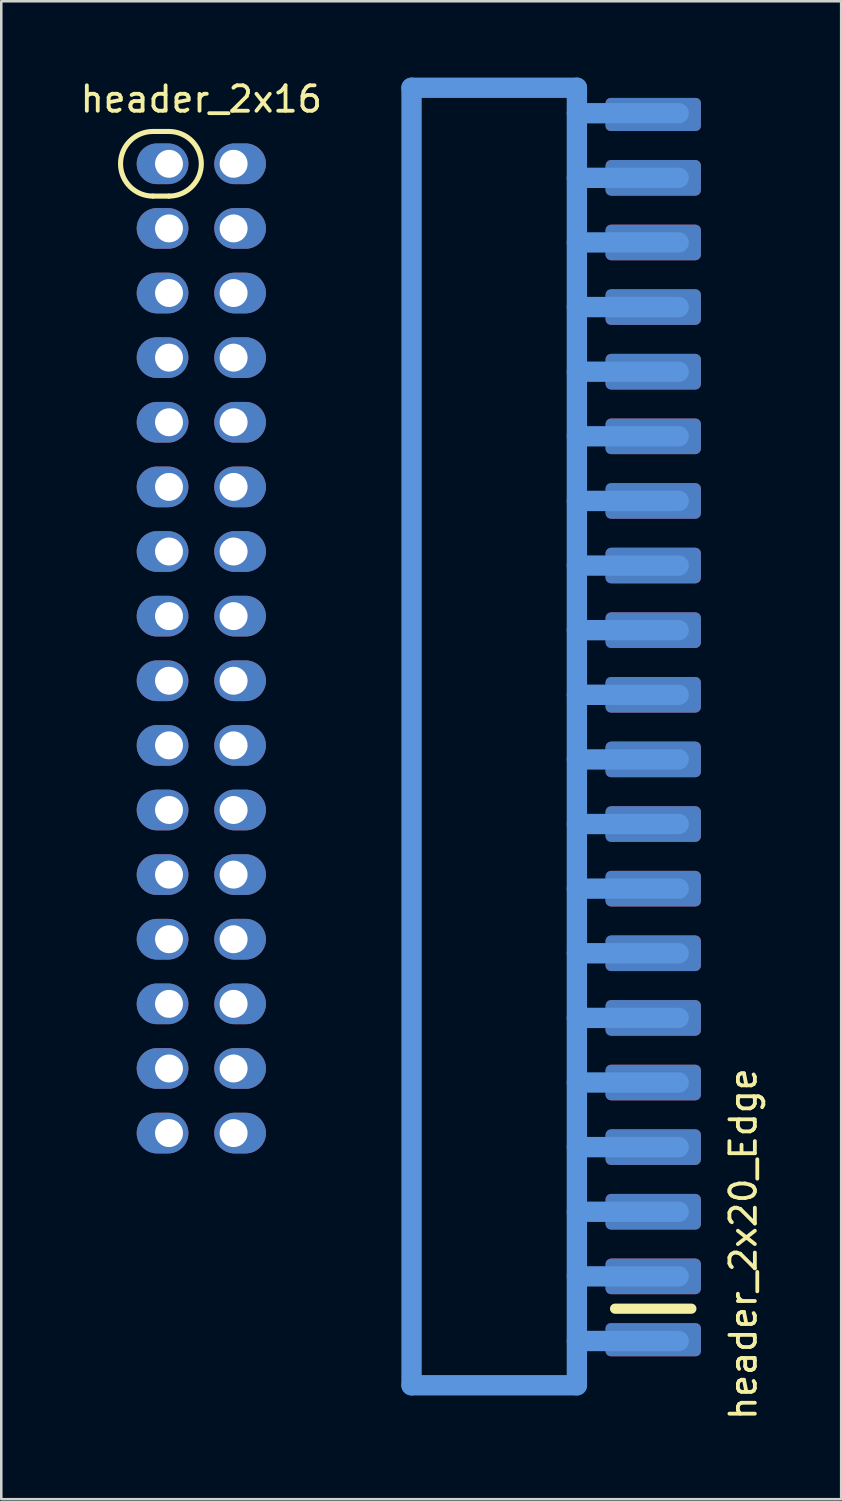
<source format=kicad_pcb>
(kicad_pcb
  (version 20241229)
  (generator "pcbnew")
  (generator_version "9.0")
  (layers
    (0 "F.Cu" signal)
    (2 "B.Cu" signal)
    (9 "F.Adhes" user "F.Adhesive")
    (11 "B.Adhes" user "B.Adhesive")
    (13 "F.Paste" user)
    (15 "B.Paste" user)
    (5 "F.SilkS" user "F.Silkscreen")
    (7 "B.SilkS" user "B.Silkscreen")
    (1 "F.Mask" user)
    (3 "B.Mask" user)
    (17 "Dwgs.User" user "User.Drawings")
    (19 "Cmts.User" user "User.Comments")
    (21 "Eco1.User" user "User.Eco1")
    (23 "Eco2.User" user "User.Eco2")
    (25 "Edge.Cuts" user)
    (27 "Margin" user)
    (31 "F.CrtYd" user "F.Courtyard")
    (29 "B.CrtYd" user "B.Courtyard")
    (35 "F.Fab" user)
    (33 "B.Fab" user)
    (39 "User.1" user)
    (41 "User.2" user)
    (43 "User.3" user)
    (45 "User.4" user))
  (footprint "header_2x16"
    (layer "F.Cu")
    (at 4.863 22.438)
    (property "Reference" "header_2x16" (at 0 -21.59 0) (layer "F.SilkS") (effects (font (size 1 1) (thickness 0.15))))
    (attr through_hole)
    (fp_line (start -1.905 -20.32) (end -1.27 -20.32) (stroke (width 0.2) (type solid)) (layer "F.SilkS"))
    (fp_line (start -1.27 -17.78) (end -1.905 -17.78) (stroke (width 0.2) (type solid)) (layer "F.SilkS"))
    (fp_arc (start -1.905 -17.78) (mid -3.175 -19.05) (end -1.905 -20.32) (stroke (width 0.2) (type solid)) (layer "F.SilkS"))
    (fp_arc (start -1.27 -20.32) (mid 0 -19.05) (end -1.27 -17.78) (stroke (width 0.2) (type solid)) (layer "F.SilkS"))
    (pad "1" thru_hole oval (at -1.27 -19.05) (size 2.032 1.6) (drill 1.1 (offset -0.254 0)) (layers "*.Cu" "*.Mask"))
    (pad "2" thru_hole oval (at 1.27 -19.05) (size 2.032 1.6) (drill 1.1 (offset 0.254 0)) (layers "*.Cu" "*.Mask"))
    (pad "3" thru_hole oval (at -1.27 -16.51) (size 2.032 1.6) (drill 1.1 (offset -0.254 0)) (layers "*.Cu" "*.Mask"))
    (pad "4" thru_hole oval (at 1.27 -16.51) (size 2.032 1.6) (drill 1.1 (offset 0.254 0)) (layers "*.Cu" "*.Mask"))
    (pad "5" thru_hole oval (at -1.27 -13.97) (size 2.032 1.6) (drill 1.1 (offset -0.254 0)) (layers "*.Cu" "*.Mask"))
    (pad "6" thru_hole oval (at 1.27 -13.97) (size 2.032 1.6) (drill 1.1 (offset 0.254 0)) (layers "*.Cu" "*.Mask"))
    (pad "7" thru_hole oval (at -1.27 -11.43) (size 2.032 1.6) (drill 1.1 (offset -0.254 0)) (layers "*.Cu" "*.Mask"))
    (pad "8" thru_hole oval (at 1.27 -11.43) (size 2.032 1.6) (drill 1.1 (offset 0.254 0)) (layers "*.Cu" "*.Mask"))
    (pad "9" thru_hole oval (at -1.27 -8.89) (size 2.032 1.6) (drill 1.1 (offset -0.254 0)) (layers "*.Cu" "*.Mask"))
    (pad "10" thru_hole oval (at 1.27 -8.89) (size 2.032 1.6) (drill 1.1 (offset 0.254 0)) (layers "*.Cu" "*.Mask"))
    (pad "11" thru_hole oval (at -1.27 -6.35) (size 2.032 1.6) (drill 1.1 (offset -0.254 0)) (layers "*.Cu" "*.Mask"))
    (pad "12" thru_hole oval (at 1.27 -6.35) (size 2.032 1.6) (drill 1.1 (offset 0.254 0)) (layers "*.Cu" "*.Mask"))
    (pad "13" thru_hole oval (at -1.27 -3.81) (size 2.032 1.6) (drill 1.1 (offset -0.254 0)) (layers "*.Cu" "*.Mask"))
    (pad "14" thru_hole oval (at 1.27 -3.81) (size 2.032 1.6) (drill 1.1 (offset 0.254 0)) (layers "*.Cu" "*.Mask"))
    (pad "15" thru_hole oval (at -1.27 -1.27) (size 2.032 1.6) (drill 1.1 (offset -0.254 0)) (layers "*.Cu" "*.Mask"))
    (pad "16" thru_hole oval (at 1.27 -1.27) (size 2.032 1.6) (drill 1.1 (offset 0.254 0)) (layers "*.Cu" "*.Mask"))
    (pad "17" thru_hole oval (at -1.27 1.27) (size 2.032 1.6) (drill 1.1 (offset -0.254 0)) (layers "*.Cu" "*.Mask"))
    (pad "18" thru_hole oval (at 1.27 1.27) (size 2.032 1.6) (drill 1.1 (offset 0.254 0)) (layers "*.Cu" "*.Mask"))
    (pad "19" thru_hole oval (at -1.27 3.81) (size 2.032 1.6) (drill 1.1 (offset -0.254 0)) (layers "*.Cu" "*.Mask"))
    (pad "20" thru_hole oval (at 1.27 3.81) (size 2.032 1.6) (drill 1.1 (offset 0.254 0)) (layers "*.Cu" "*.Mask"))
    (pad "21" thru_hole oval (at -1.27 6.35) (size 2.032 1.6) (drill 1.1 (offset -0.254 0)) (layers "*.Cu" "*.Mask"))
    (pad "22" thru_hole oval (at 1.27 6.35) (size 2.032 1.6) (drill 1.1 (offset 0.254 0)) (layers "*.Cu" "*.Mask"))
    (pad "23" thru_hole oval (at -1.27 8.89) (size 2.032 1.6) (drill 1.1 (offset -0.254 0)) (layers "*.Cu" "*.Mask"))
    (pad "24" thru_hole oval (at 1.27 8.89) (size 2.032 1.6) (drill 1.1 (offset 0.254 0)) (layers "*.Cu" "*.Mask"))
    (pad "25" thru_hole oval (at -1.27 11.43) (size 2.032 1.6) (drill 1.1 (offset -0.254 0)) (layers "*.Cu" "*.Mask"))
    (pad "26" thru_hole oval (at 1.27 11.43) (size 2.032 1.6) (drill 1.1 (offset 0.254 0)) (layers "*.Cu" "*.Mask"))
    (pad "27" thru_hole oval (at -1.27 13.97) (size 2.032 1.6) (drill 1.1 (offset -0.254 0)) (layers "*.Cu" "*.Mask"))
    (pad "28" thru_hole oval (at 1.27 13.97) (size 2.032 1.6) (drill 1.1 (offset 0.254 0)) (layers "*.Cu" "*.Mask"))
    (pad "29" thru_hole oval (at -1.27 16.51) (size 2.032 1.6) (drill 1.1 (offset -0.254 0)) (layers "*.Cu" "*.Mask"))
    (pad "30" thru_hole oval (at 1.27 16.51) (size 2.032 1.6) (drill 1.1 (offset 0.254 0)) (layers "*.Cu" "*.Mask"))
    (pad "31" thru_hole oval (at -1.27 19.05) (size 2.032 1.6) (drill 1.1 (offset -0.254 0)) (layers "*.Cu" "*.Mask"))
    (pad "32" thru_hole oval (at 1.27 19.05) (size 2.032 1.6) (drill 1.1 (offset 0.254 0)) (layers "*.Cu" "*.Mask")))
  (footprint "header_2x20_Edge"
    (layer "F.Cu")
    (at 23.626 25.53)
    (property "Reference" "header_2x20_Edge" (at 2.54 20.32 270) (layer "F.SilkS") (effects (font (size 1 1) (thickness 0.15))))
    (attr exclude_from_pos_files exclude_from_bom)
    (fp_line (start -2.5 22.86) (end 0.5 22.86) (stroke (width 0.4) (type solid)) (layer "F.SilkS"))
    (fp_line (start -10.5 -25.13) (end -4 -25.13) (stroke (width 0.8) (type solid)) (layer "Cmts.User"))
    (fp_line (start -10.5 25.87) (end -10.5 -25.13) (stroke (width 0.8) (type solid)) (layer "Cmts.User"))
    (fp_line (start -4 -25.13) (end -4 25.87) (stroke (width 0.8) (type solid)) (layer "Cmts.User"))
    (fp_line (start -4 -24.13) (end 0 -24.13) (stroke (width 0.8) (type solid)) (layer "Cmts.User"))
    (fp_line (start -4 -21.59) (end 0 -21.59) (stroke (width 0.8) (type solid)) (layer "Cmts.User"))
    (fp_line (start -4 -19.05) (end 0 -19.05) (stroke (width 0.8) (type solid)) (layer "Cmts.User"))
    (fp_line (start -4 -16.51) (end 0 -16.51) (stroke (width 0.8) (type solid)) (layer "Cmts.User"))
    (fp_line (start -4 -13.97) (end 0 -13.97) (stroke (width 0.8) (type solid)) (layer "Cmts.User"))
    (fp_line (start -4 -11.43) (end 0 -11.43) (stroke (width 0.8) (type solid)) (layer "Cmts.User"))
    (fp_line (start -4 -8.89) (end 0 -8.89) (stroke (width 0.8) (type solid)) (layer "Cmts.User"))
    (fp_line (start -4 -6.35) (end 0 -6.35) (stroke (width 0.8) (type solid)) (layer "Cmts.User"))
    (fp_line (start -4 -3.81) (end 0 -3.81) (stroke (width 0.8) (type solid)) (layer "Cmts.User"))
    (fp_line (start -4 -1.27) (end 0 -1.27) (stroke (width 0.8) (type solid)) (layer "Cmts.User"))
    (fp_line (start -4 1.27) (end 0 1.27) (stroke (width 0.8) (type solid)) (layer "Cmts.User"))
    (fp_line (start -4 3.81) (end 0 3.81) (stroke (width 0.8) (type solid)) (layer "Cmts.User"))
    (fp_line (start -4 6.35) (end 0 6.35) (stroke (width 0.8) (type solid)) (layer "Cmts.User"))
    (fp_line (start -4 8.89) (end 0 8.89) (stroke (width 0.8) (type solid)) (layer "Cmts.User"))
    (fp_line (start -4 11.43) (end 0 11.43) (stroke (width 0.8) (type solid)) (layer "Cmts.User"))
    (fp_line (start -4 13.97) (end 0 13.97) (stroke (width 0.8) (type solid)) (layer "Cmts.User"))
    (fp_line (start -4 16.51) (end 0 16.51) (stroke (width 0.8) (type solid)) (layer "Cmts.User"))
    (fp_line (start -4 19.05) (end 0 19.05) (stroke (width 0.8) (type solid)) (layer "Cmts.User"))
    (fp_line (start -4 21.59) (end 0 21.59) (stroke (width 0.8) (type solid)) (layer "Cmts.User"))
    (fp_line (start -4 24.13) (end 0 24.13) (stroke (width 0.8) (type solid)) (layer "Cmts.User"))
    (fp_line (start -4 25.87) (end -10.5 25.87) (stroke (width 0.8) (type solid)) (layer "Cmts.User"))
    (pad "1" smd roundrect (at 0 24.13) (size 3.75 1.3) (drill (offset -1 -0.05)) (layers "F.Cu" "F.Mask") (roundrect_rratio 0.156))
    (pad "2" smd roundrect (at 0 24.13) (size 3.75 1.3) (drill (offset -1 -0.05)) (layers "B.Cu" "B.Mask") (roundrect_rratio 0.156))
    (pad "3" smd roundrect (at 0 21.59) (size 3.75 1.4) (drill (offset -1 0)) (layers "F.Cu" "F.Mask") (roundrect_rratio 0.156))
    (pad "4" smd roundrect (at 0 21.59) (size 3.75 1.4) (drill (offset -1 0)) (layers "B.Cu" "B.Mask") (roundrect_rratio 0.156))
    (pad "5" smd roundrect (at 0 19.05) (size 3.75 1.4) (drill (offset -1 0)) (layers "F.Cu" "F.Mask") (roundrect_rratio 0.156))
    (pad "6" smd roundrect (at 0 19.05) (size 3.75 1.4) (drill (offset -1 0)) (layers "B.Cu" "B.Mask") (roundrect_rratio 0.156))
    (pad "7" smd roundrect (at 0 16.51) (size 3.75 1.4) (drill (offset -1 0)) (layers "F.Cu" "F.Mask") (roundrect_rratio 0.156))
    (pad "8" smd roundrect (at 0 16.51) (size 3.75 1.4) (drill (offset -1 0)) (layers "B.Cu" "B.Mask") (roundrect_rratio 0.156))
    (pad "9" smd roundrect (at 0 13.97) (size 3.75 1.4) (drill (offset -1 0)) (layers "F.Cu" "F.Mask") (roundrect_rratio 0.156))
    (pad "10" smd roundrect (at 0 13.97) (size 3.75 1.4) (drill (offset -1 0)) (layers "B.Cu" "B.Mask") (roundrect_rratio 0.156))
    (pad "11" smd roundrect (at 0 11.43) (size 3.75 1.4) (drill (offset -1 0)) (layers "F.Cu" "F.Mask") (roundrect_rratio 0.156))
    (pad "12" smd roundrect (at 0 11.43) (size 3.75 1.4) (drill (offset -1 0)) (layers "B.Cu" "B.Mask") (roundrect_rratio 0.156))
    (pad "13" smd roundrect (at 0 8.89) (size 3.75 1.4) (drill (offset -1 0)) (layers "F.Cu" "F.Mask") (roundrect_rratio 0.156))
    (pad "14" smd roundrect (at 0 8.89) (size 3.75 1.4) (drill (offset -1 0)) (layers "B.Cu" "B.Mask") (roundrect_rratio 0.156))
    (pad "15" smd roundrect (at 0 6.35) (size 3.75 1.4) (drill (offset -1 0)) (layers "F.Cu" "F.Mask") (roundrect_rratio 0.156))
    (pad "16" smd roundrect (at 0 6.35) (size 3.75 1.4) (drill (offset -1 0)) (layers "B.Cu" "B.Mask") (roundrect_rratio 0.156))
    (pad "17" smd roundrect (at 0 3.81) (size 3.75 1.4) (drill (offset -1 0)) (layers "F.Cu" "F.Mask") (roundrect_rratio 0.156))
    (pad "18" smd roundrect (at 0 3.81) (size 3.75 1.4) (drill (offset -1 0)) (layers "B.Cu" "B.Mask") (roundrect_rratio 0.156))
    (pad "19" smd roundrect (at 0 1.27) (size 3.75 1.4) (drill (offset -1 0)) (layers "F.Cu" "F.Mask") (roundrect_rratio 0.156))
    (pad "20" smd roundrect (at 0 1.27) (size 3.75 1.4) (drill (offset -1 0)) (layers "B.Cu" "B.Mask") (roundrect_rratio 0.156))
    (pad "21" smd roundrect (at 0 -1.27) (size 3.75 1.4) (drill (offset -1 0)) (layers "F.Cu" "F.Mask") (roundrect_rratio 0.156))
    (pad "22" smd roundrect (at 0 -1.27) (size 3.75 1.4) (drill (offset -1 0)) (layers "B.Cu" "B.Mask") (roundrect_rratio 0.156))
    (pad "23" smd roundrect (at 0 -3.81) (size 3.75 1.4) (drill (offset -1 0)) (layers "F.Cu" "F.Mask") (roundrect_rratio 0.156))
    (pad "24" smd roundrect (at 0 -3.81) (size 3.75 1.4) (drill (offset -1 0)) (layers "B.Cu" "B.Mask") (roundrect_rratio 0.156))
    (pad "25" smd roundrect (at 0 -6.35) (size 3.75 1.4) (drill (offset -1 0)) (layers "F.Cu" "F.Mask") (roundrect_rratio 0.156))
    (pad "26" smd roundrect (at 0 -6.35) (size 3.75 1.4) (drill (offset -1 0)) (layers "B.Cu" "B.Mask") (roundrect_rratio 0.156))
    (pad "27" smd roundrect (at 0 -8.89) (size 3.75 1.4) (drill (offset -1 0)) (layers "F.Cu" "F.Mask") (roundrect_rratio 0.156))
    (pad "28" smd roundrect (at 0 -8.89) (size 3.75 1.4) (drill (offset -1 0)) (layers "B.Cu" "B.Mask") (roundrect_rratio 0.156))
    (pad "29" smd roundrect (at 0 -11.43) (size 3.75 1.4) (drill (offset -1 0)) (layers "F.Cu" "F.Mask") (roundrect_rratio 0.156))
    (pad "30" smd roundrect (at 0 -11.43) (size 3.75 1.4) (drill (offset -1 0)) (layers "B.Cu" "B.Mask") (roundrect_rratio 0.156))
    (pad "31" smd roundrect (at 0 -13.97) (size 3.75 1.4) (drill (offset -1 0)) (layers "F.Cu" "F.Mask") (roundrect_rratio 0.156))
    (pad "32" smd roundrect (at 0 -13.97) (size 3.75 1.4) (drill (offset -1 0)) (layers "B.Cu" "B.Mask") (roundrect_rratio 0.156))
    (pad "33" smd roundrect (at 0 -16.51) (size 3.75 1.4) (drill (offset -1 0)) (layers "F.Cu" "F.Mask") (roundrect_rratio 0.156))
    (pad "34" smd roundrect (at 0 -16.51) (size 3.75 1.4) (drill (offset -1 0)) (layers "B.Cu" "B.Mask") (roundrect_rratio 0.156))
    (pad "35" smd roundrect (at 0 -19.05) (size 3.75 1.4) (drill (offset -1 0)) (layers "F.Cu" "F.Mask") (roundrect_rratio 0.156))
    (pad "36" smd roundrect (at 0 -19.05) (size 3.75 1.4) (drill (offset -1 0)) (layers "B.Cu" "B.Mask") (roundrect_rratio 0.156))
    (pad "37" smd roundrect (at 0 -21.59) (size 3.75 1.4) (drill (offset -1 0)) (layers "F.Cu" "F.Mask") (roundrect_rratio 0.156))
    (pad "38" smd roundrect (at 0 -21.59) (size 3.75 1.4) (drill (offset -1 0)) (layers "B.Cu" "B.Mask") (roundrect_rratio 0.156))
    (pad "39" smd roundrect (at 0 -24.13) (size 3.75 1.3) (drill (offset -1 0.05)) (layers "F.Cu" "F.Mask") (roundrect_rratio 0.156))
    (pad "40" smd roundrect (at 0 -24.13) (size 3.75 1.3) (drill (offset -1 0.05)) (layers "B.Cu" "B.Mask") (roundrect_rratio 0.156)))
  (gr_rect
    (start -3 -3)
    (end 30.014 55.88)
    (stroke (width 0.1) (type default))
    (fill no)
    (layer "Edge.Cuts")))
</source>
